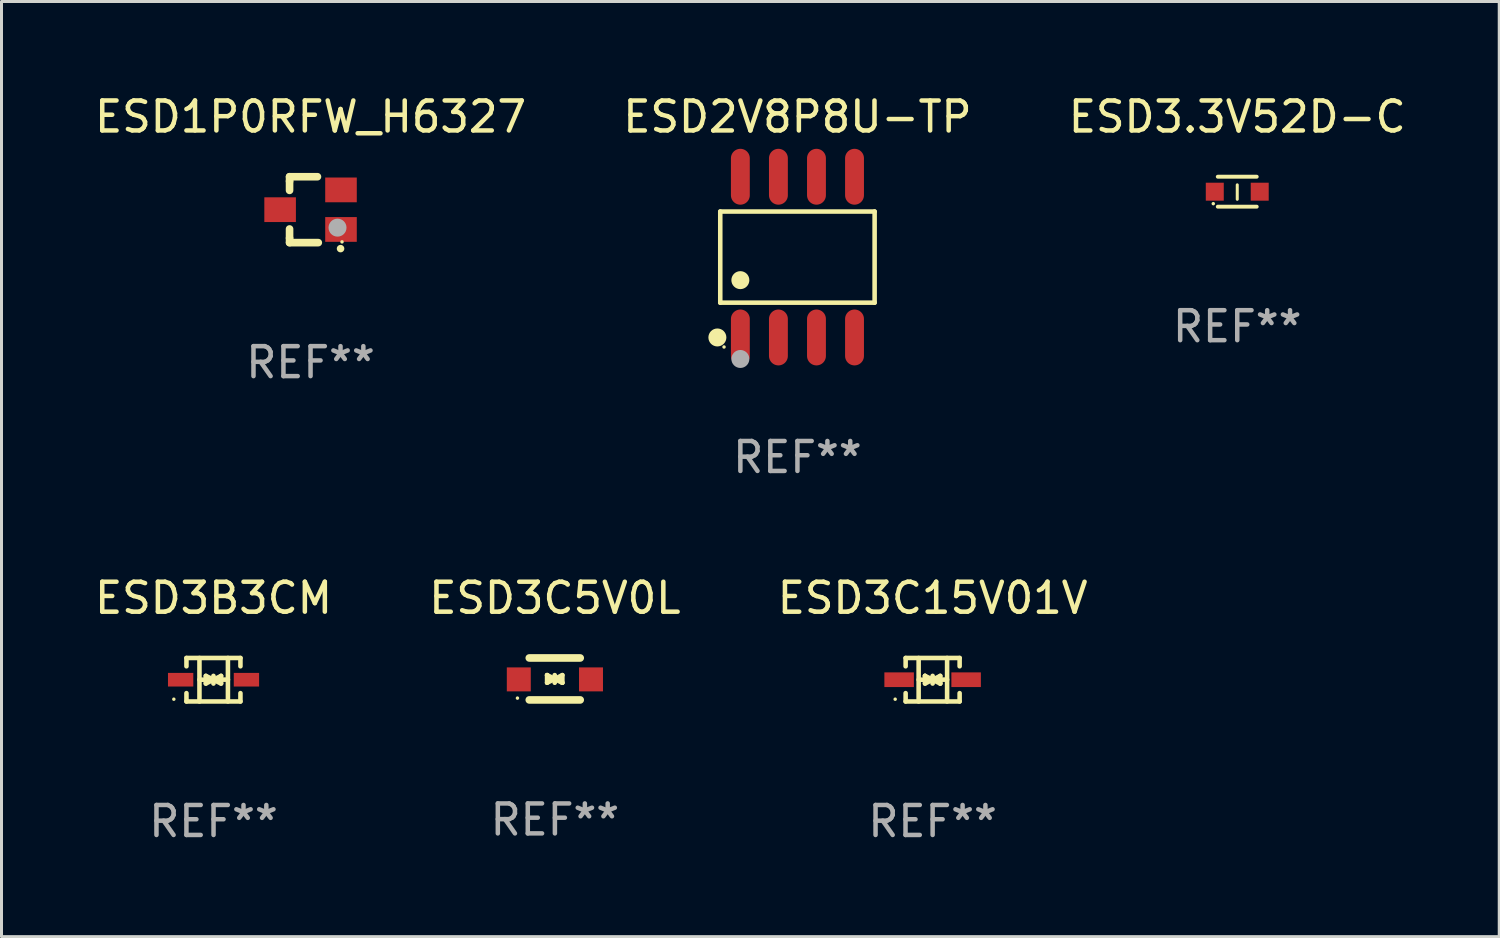
<source format=kicad_pcb>
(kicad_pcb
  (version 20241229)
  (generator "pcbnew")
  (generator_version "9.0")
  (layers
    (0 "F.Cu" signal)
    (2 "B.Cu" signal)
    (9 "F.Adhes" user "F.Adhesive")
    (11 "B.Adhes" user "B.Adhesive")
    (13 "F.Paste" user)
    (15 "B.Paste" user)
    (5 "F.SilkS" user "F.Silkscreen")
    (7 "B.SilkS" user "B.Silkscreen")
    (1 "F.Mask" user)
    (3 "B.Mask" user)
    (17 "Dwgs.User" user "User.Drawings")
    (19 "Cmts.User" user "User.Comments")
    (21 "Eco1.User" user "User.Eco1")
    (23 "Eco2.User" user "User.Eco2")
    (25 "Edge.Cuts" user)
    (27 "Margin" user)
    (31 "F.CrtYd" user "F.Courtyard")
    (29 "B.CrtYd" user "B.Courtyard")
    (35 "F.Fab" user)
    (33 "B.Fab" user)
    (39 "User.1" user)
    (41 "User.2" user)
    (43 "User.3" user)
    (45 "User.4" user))
  (footprint "ESD3.3V52D-C"
    (layer "F.Cu")
    (at 38.244 3.348)
    (property "Reference" "ESD3.3V52D-C" (at 0 -2.5 0) (layer "F.SilkS") (effects (font (size 1 1) (thickness 0.15))))
    (attr through_hole)
    (fp_line (start -0.65 -0.5) (end 0.65 -0.5) (stroke (width 0.13) (type solid)) (layer "F.SilkS"))
    (fp_line (start -0.65 0.5) (end 0.65 0.5) (stroke (width 0.13) (type solid)) (layer "F.SilkS"))
    (fp_line (start 0 -0.229) (end 0 0.254) (stroke (width 0.1) (type solid)) (layer "F.SilkS"))
    (fp_circle (center -0.8 0.4) (end -0.77 0.4) (stroke (width 0.06) (type solid)) (fill no) (layer "F.SilkS"))
    (fp_text user "REF**" (at 0 4.5 0) (layer "F.Fab") (effects (font (size 1 1) (thickness 0.15))))
    (pad "1" smd rect (at -0.75 0) (size 0.6 0.6) (layers "F.Cu" "F.Mask" "F.Paste"))
    (pad "2" smd rect (at 0.75 0 180) (size 0.6 0.6) (layers "F.Cu" "F.Mask" "F.Paste")))
  (footprint "ESD3B3CM"
    (layer "F.Cu")
    (at 4.077 19.636)
    (property "Reference" "ESD3B3CM" (at 0 -2.726 0) (layer "F.SilkS") (effects (font (size 1 1) (thickness 0.15))))
    (attr through_hole)
    (fp_line (start -0.904 -0.726) (end -0.904 -0.448) (stroke (width 0.152) (type solid)) (layer "F.SilkS"))
    (fp_line (start -0.904 0.726) (end -0.904 0.448) (stroke (width 0.152) (type solid)) (layer "F.SilkS"))
    (fp_line (start -0.47 0) (end 0.48 -0.003) (stroke (width 0.154) (type solid)) (layer "F.SilkS"))
    (fp_line (start -0.47 0.726) (end -0.47 -0.726) (stroke (width 0.152) (type solid)) (layer "F.SilkS"))
    (fp_line (start -0.257 -0.127) (end -0.005 -0.003) (stroke (width 0.154) (type solid)) (layer "F.SilkS"))
    (fp_line (start -0.257 0.127) (end -0.257 -0.127) (stroke (width 0.154) (type solid)) (layer "F.SilkS"))
    (fp_line (start -0.13 0) (end 0 0) (stroke (width 0.154) (type solid)) (layer "F.SilkS"))
    (fp_line (start -0.006 0) (end -0.257 0.127) (stroke (width 0.154) (type solid)) (layer "F.SilkS"))
    (fp_line (start -0.003 -0.127) (end -0.003 0.127) (stroke (width 0.154) (type solid)) (layer "F.SilkS"))
    (fp_line (start 0 0) (end 0.251 -0.127) (stroke (width 0.154) (type solid)) (layer "F.SilkS"))
    (fp_line (start 0.124 0) (end -0.006 0) (stroke (width 0.154) (type solid)) (layer "F.SilkS"))
    (fp_line (start 0.251 -0.127) (end 0.251 0.127) (stroke (width 0.154) (type solid)) (layer "F.SilkS"))
    (fp_line (start 0.251 0.127) (end -0.001 0.003) (stroke (width 0.154) (type solid)) (layer "F.SilkS"))
    (fp_line (start 0.48 0.726) (end 0.48 -0.726) (stroke (width 0.152) (type solid)) (layer "F.SilkS"))
    (fp_line (start 0.898 -0.726) (end -0.904 -0.726) (stroke (width 0.152) (type solid)) (layer "F.SilkS"))
    (fp_line (start 0.898 -0.726) (end 0.898 -0.448) (stroke (width 0.152) (type solid)) (layer "F.SilkS"))
    (fp_line (start 0.898 0.726) (end -0.904 0.726) (stroke (width 0.152) (type solid)) (layer "F.SilkS"))
    (fp_line (start 0.898 0.726) (end 0.898 0.448) (stroke (width 0.152) (type solid)) (layer "F.SilkS"))
    (fp_circle (center -1.325 0.65) (end -1.295 0.65) (stroke (width 0.06) (type solid)) (fill no) (layer "F.SilkS"))
    (fp_text user "REF**" (at 0 4.726 0) (layer "F.Fab") (effects (font (size 1 1) (thickness 0.15))))
    (pad "1" smd rect (at -1.098 0 180) (size 0.845 0.455) (layers "F.Cu" "F.Mask" "F.Paste"))
    (pad "2" smd rect (at 1.098 0 180) (size 0.845 0.455) (layers "F.Cu" "F.Mask" "F.Paste")))
  (footprint "ESD2V8P8U-TP"
    (layer "F.Cu")
    (at 23.565 5.531)
    (property "Reference" "ESD2V8P8U-TP" (at 0 -4.682 0) (layer "F.SilkS") (effects (font (size 1 1) (thickness 0.15))))
    (attr through_hole)
    (fp_line (start -2.576 -1.521) (end 2.576 -1.521) (stroke (width 0.152) (type solid)) (layer "F.SilkS"))
    (fp_line (start -2.576 1.521) (end -2.576 -1.521) (stroke (width 0.152) (type solid)) (layer "F.SilkS"))
    (fp_line (start 2.576 -1.521) (end 2.576 1.521) (stroke (width 0.152) (type solid)) (layer "F.SilkS"))
    (fp_line (start 2.576 1.521) (end -2.576 1.521) (stroke (width 0.152) (type solid)) (layer "F.SilkS"))
    (fp_circle (center -2.672 2.682) (end -2.522 2.682) (stroke (width 0.3) (type solid)) (fill no) (layer "F.SilkS"))
    (fp_circle (center -2.45 3) (end -2.42 3) (stroke (width 0.06) (type solid)) (fill no) (layer "F.SilkS"))
    (fp_circle (center -1.905 0.769) (end -1.755 0.769) (stroke (width 0.3) (type solid)) (fill no) (layer "F.SilkS"))
    (fp_circle (center -1.905 3.4) (end -1.755 3.4) (stroke (width 0.3) (type solid)) (fill no) (layer "F.Fab"))
    (fp_text user "REF**" (at 0 6.682 0) (layer "F.Fab") (effects (font (size 1 1) (thickness 0.15))))
    (pad "1" smd oval (at -1.905 2.682) (size 0.63 1.865) (layers "F.Cu" "F.Mask" "F.Paste"))
    (pad "2" smd oval (at -0.635 2.682) (size 0.63 1.865) (layers "F.Cu" "F.Mask" "F.Paste"))
    (pad "3" smd oval (at 0.635 2.682) (size 0.63 1.865) (layers "F.Cu" "F.Mask" "F.Paste"))
    (pad "4" smd oval (at 1.905 2.682) (size 0.63 1.865) (layers "F.Cu" "F.Mask" "F.Paste"))
    (pad "5" smd oval (at 1.905 -2.682) (size 0.63 1.865) (layers "F.Cu" "F.Mask" "F.Paste"))
    (pad "6" smd oval (at 0.635 -2.682) (size 0.63 1.865) (layers "F.Cu" "F.Mask" "F.Paste"))
    (pad "7" smd oval (at -0.635 -2.682) (size 0.63 1.865) (layers "F.Cu" "F.Mask" "F.Paste"))
    (pad "8" smd oval (at -1.905 -2.682) (size 0.63 1.865) (layers "F.Cu" "F.Mask" "F.Paste")))
  (footprint "ESD1P0RFW_H6327"
    (layer "F.Cu")
    (at 7.315 3.948)
    (property "Reference" "ESD1P0RFW_H6327" (at 0 -3.1 0) (layer "F.SilkS") (effects (font (size 1 1) (thickness 0.15))))
    (attr through_hole)
    (fp_line (start -0.701 -0.95) (end -0.701 -1.1) (stroke (width 0.254) (type solid)) (layer "F.SilkS"))
    (fp_line (start -0.701 -0.644) (end -0.701 -0.95) (stroke (width 0.254) (type solid)) (layer "F.SilkS"))
    (fp_line (start -0.701 0.95) (end -0.701 0.644) (stroke (width 0.254) (type solid)) (layer "F.SilkS"))
    (fp_line (start -0.701 0.95) (end -0.701 1.1) (stroke (width 0.254) (type solid)) (layer "F.SilkS"))
    (fp_line (start -0.7 -1.1) (end 0.23 -1.1) (stroke (width 0.254) (type solid)) (layer "F.SilkS"))
    (fp_line (start -0.7 1.1) (end 0.258 1.1) (stroke (width 0.254) (type solid)) (layer "F.SilkS"))
    (fp_arc (start 1 1.3) (mid 1.00127 1.299994) (end 1.00254 1.3) (stroke (width 0.24892) (type solid)) (layer "F.SilkS"))
    (fp_circle (center 1.05 1.075) (end 1.08 1.075) (stroke (width 0.06) (type solid)) (fill no) (layer "F.SilkS"))
    (fp_circle (center 0.9 0.6) (end 1.05 0.6) (stroke (width 0.3) (type solid)) (fill no) (layer "F.Fab"))
    (fp_text user "REF**" (at 0 5.1 0) (layer "F.Fab") (effects (font (size 1 1) (thickness 0.15))))
    (pad "1" smd rect (at 1.016 0.66) (size 1.054 0.826) (layers "F.Cu" "F.Mask" "F.Paste"))
    (pad "2" smd rect (at 1.016 -0.66) (size 1.054 0.826) (layers "F.Cu" "F.Mask" "F.Paste"))
    (pad "3" smd rect (at -1.016 0) (size 1.054 0.826) (layers "F.Cu" "F.Mask" "F.Paste")))
  (footprint "ESD3C15V01V"
    (layer "F.Cu")
    (at 28.077 19.636)
    (property "Reference" "ESD3C15V01V" (at 0 -2.726 0) (layer "F.SilkS") (effects (font (size 1 1) (thickness 0.15))))
    (attr through_hole)
    (fp_line (start -0.901 -0.726) (end -0.901 -0.448) (stroke (width 0.152) (type solid)) (layer "F.SilkS"))
    (fp_line (start -0.901 0.726) (end -0.901 0.448) (stroke (width 0.152) (type solid)) (layer "F.SilkS"))
    (fp_line (start -0.467 0) (end 0.483 -0.003) (stroke (width 0.154) (type solid)) (layer "F.SilkS"))
    (fp_line (start -0.467 0.726) (end -0.467 -0.726) (stroke (width 0.152) (type solid)) (layer "F.SilkS"))
    (fp_line (start -0.254 -0.127) (end -0.254 -0.127) (stroke (width 0.154) (type solid)) (layer "F.SilkS"))
    (fp_line (start -0.254 -0.127) (end -0.002 -0.003) (stroke (width 0.154) (type solid)) (layer "F.SilkS"))
    (fp_line (start -0.254 0.127) (end -0.254 -0.127) (stroke (width 0.154) (type solid)) (layer "F.SilkS"))
    (fp_line (start -0.127 0) (end 0.003 0) (stroke (width 0.154) (type solid)) (layer "F.SilkS"))
    (fp_line (start -0.003 0) (end -0.254 0.127) (stroke (width 0.154) (type solid)) (layer "F.SilkS"))
    (fp_line (start 0 -0.127) (end 0 0.127) (stroke (width 0.154) (type solid)) (layer "F.SilkS"))
    (fp_line (start 0.003 0) (end 0.254 -0.127) (stroke (width 0.154) (type solid)) (layer "F.SilkS"))
    (fp_line (start 0.127 0) (end -0.003 0) (stroke (width 0.154) (type solid)) (layer "F.SilkS"))
    (fp_line (start 0.254 -0.127) (end 0.254 0.127) (stroke (width 0.154) (type solid)) (layer "F.SilkS"))
    (fp_line (start 0.254 0.127) (end 0.002 0.003) (stroke (width 0.154) (type solid)) (layer "F.SilkS"))
    (fp_line (start 0.254 0.127) (end 0.254 0.127) (stroke (width 0.154) (type solid)) (layer "F.SilkS"))
    (fp_line (start 0.483 0.726) (end 0.483 -0.726) (stroke (width 0.152) (type solid)) (layer "F.SilkS"))
    (fp_line (start 0.901 -0.726) (end -0.901 -0.726) (stroke (width 0.152) (type solid)) (layer "F.SilkS"))
    (fp_line (start 0.901 -0.726) (end 0.901 -0.448) (stroke (width 0.152) (type solid)) (layer "F.SilkS"))
    (fp_line (start 0.901 0.726) (end -0.901 0.726) (stroke (width 0.152) (type solid)) (layer "F.SilkS"))
    (fp_line (start 0.901 0.726) (end 0.901 0.448) (stroke (width 0.152) (type solid)) (layer "F.SilkS"))
    (fp_circle (center -1.25 0.65) (end -1.22 0.65) (stroke (width 0.06) (type solid)) (fill no) (layer "F.SilkS"))
    (fp_text user "REF**" (at 0 4.726 0) (layer "F.Fab") (effects (font (size 1 1) (thickness 0.15))))
    (pad "1" smd rect (at -1.118 0) (size 0.985 0.49) (layers "F.Cu" "F.Mask" "F.Paste"))
    (pad "2" smd rect (at 1.118 0) (size 0.985 0.49) (layers "F.Cu" "F.Mask" "F.Paste")))
  (footprint "ESD3C5V0L"
    (layer "F.Cu")
    (at 15.47 19.61)
    (property "Reference" "ESD3C5V0L" (at 0 -2.7 0) (layer "F.SilkS") (effects (font (size 1 1) (thickness 0.15))))
    (attr through_hole)
    (fp_line (start -0.855 -0.7) (end 0.845 -0.7) (stroke (width 0.254) (type solid)) (layer "F.SilkS"))
    (fp_line (start -0.855 0.7) (end 0.845 0.7) (stroke (width 0.254) (type solid)) (layer "F.SilkS"))
    (fp_line (start -0.26 -0.127) (end -0.26 -0.127) (stroke (width 0.154) (type solid)) (layer "F.SilkS"))
    (fp_line (start -0.26 -0.127) (end -0.008 -0.003) (stroke (width 0.154) (type solid)) (layer "F.SilkS"))
    (fp_line (start -0.26 0.127) (end -0.26 -0.127) (stroke (width 0.154) (type solid)) (layer "F.SilkS"))
    (fp_line (start -0.133 0.000483) (end -0.003 0.000483) (stroke (width 0.154) (type solid)) (layer "F.SilkS"))
    (fp_line (start -0.009 0.000483) (end -0.26 0.127) (stroke (width 0.154) (type solid)) (layer "F.SilkS"))
    (fp_line (start -0.006 -0.127) (end -0.006 0.127) (stroke (width 0.154) (type solid)) (layer "F.SilkS"))
    (fp_line (start -0.003 0.000483) (end 0.248 -0.127) (stroke (width 0.154) (type solid)) (layer "F.SilkS"))
    (fp_line (start 0.121 0.000483) (end -0.009 0.000483) (stroke (width 0.154) (type solid)) (layer "F.SilkS"))
    (fp_line (start 0.248 -0.127) (end 0.248 0.127) (stroke (width 0.154) (type solid)) (layer "F.SilkS"))
    (fp_line (start 0.248 0.127) (end -0.004 0.004) (stroke (width 0.154) (type solid)) (layer "F.SilkS"))
    (fp_line (start 0.248 0.127) (end 0.248 0.127) (stroke (width 0.154) (type solid)) (layer "F.SilkS"))
    (fp_circle (center -1.25 0.64) (end -1.22 0.64) (stroke (width 0.06) (type solid)) (fill no) (layer "F.SilkS"))
    (fp_text user "REF**" (at 0 4.7 0) (layer "F.Fab") (effects (font (size 1 1) (thickness 0.15))))
    (pad "1" smd rect (at -1.205 0.015) (size 0.8 0.8) (layers "F.Cu" "F.Mask" "F.Paste"))
    (pad "2" smd rect (at 1.205 0.015) (size 0.8 0.8) (layers "F.Cu" "F.Mask" "F.Paste")))
  (gr_rect
    (start -3 -3)
    (end 46.988 28.21)
    (stroke (width 0.1) (type default))
    (fill no)
    (layer "Edge.Cuts")))
</source>
